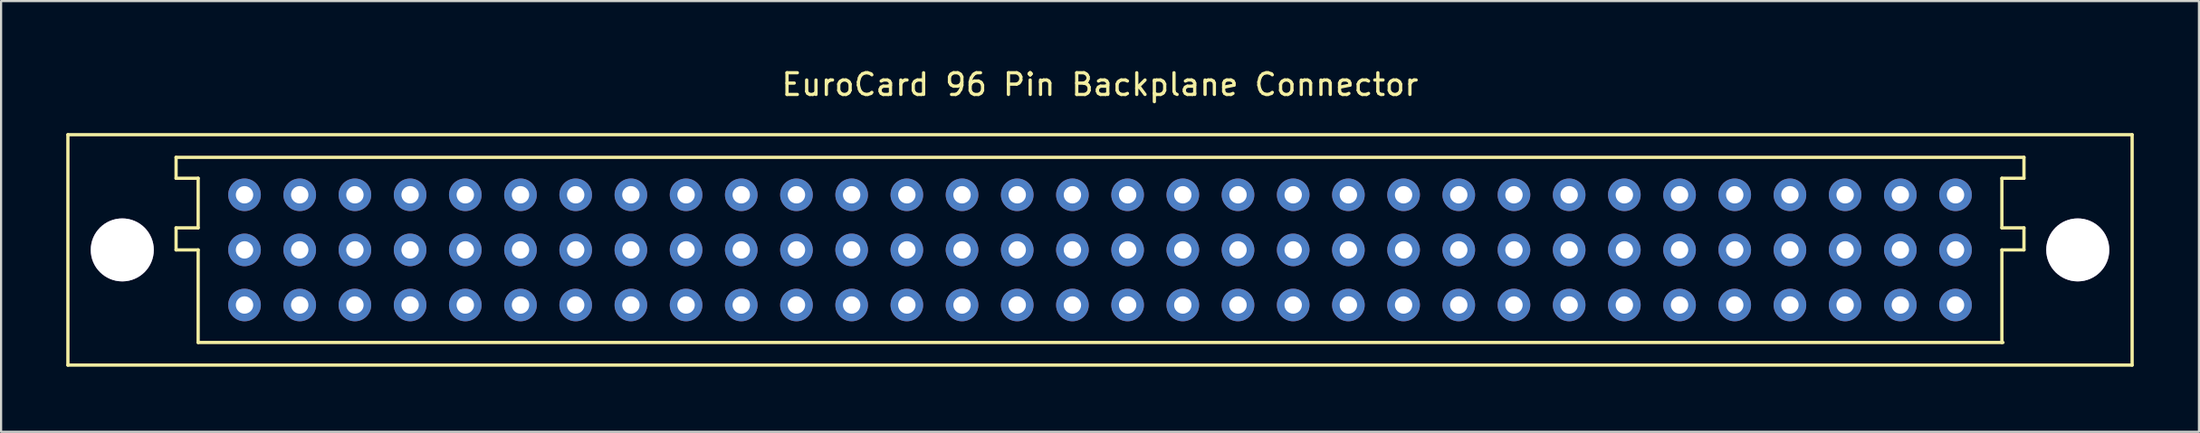
<source format=kicad_pcb>
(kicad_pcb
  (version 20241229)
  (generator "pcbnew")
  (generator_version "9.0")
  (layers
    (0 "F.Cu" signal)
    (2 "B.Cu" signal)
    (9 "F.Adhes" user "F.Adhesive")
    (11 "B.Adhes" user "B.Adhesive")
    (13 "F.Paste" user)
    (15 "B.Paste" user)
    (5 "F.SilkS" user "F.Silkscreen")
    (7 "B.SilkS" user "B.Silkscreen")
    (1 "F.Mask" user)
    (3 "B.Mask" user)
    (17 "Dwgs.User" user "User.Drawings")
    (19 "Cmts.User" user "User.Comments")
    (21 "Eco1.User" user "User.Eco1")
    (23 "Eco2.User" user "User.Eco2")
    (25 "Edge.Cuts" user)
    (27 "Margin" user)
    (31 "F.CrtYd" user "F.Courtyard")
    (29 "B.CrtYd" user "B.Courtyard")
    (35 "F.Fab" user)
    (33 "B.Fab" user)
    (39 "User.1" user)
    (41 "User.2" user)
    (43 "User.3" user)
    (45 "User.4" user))
  (footprint "EuroCard 96 Pin Backplane Connector"
    (layer "F.Cu")
    (at 47.573 8.468)
    (property "Reference" "EuroCard 96 Pin Backplane Connector" (at 0 -7.62 0) (layer "F.SilkS") (effects (font (size 1 1) (thickness 0.15))))
    (attr through_hole)
    (fp_line (start -47.498 -5.309) (end -47.498 5.309) (stroke (width 0.15) (type solid)) (layer "F.SilkS"))
    (fp_line (start -47.498 5.309) (end 47.498 5.309) (stroke (width 0.15) (type solid)) (layer "F.SilkS"))
    (fp_line (start -42.52 -3.302) (end -42.52 -4.267) (stroke (width 0.15) (type solid)) (layer "F.SilkS"))
    (fp_line (start -42.52 -1.016) (end -41.504 -1.016) (stroke (width 0.15) (type solid)) (layer "F.SilkS"))
    (fp_line (start -42.52 0) (end -42.52 -1.016) (stroke (width 0.15) (type solid)) (layer "F.SilkS"))
    (fp_line (start -41.504 -3.302) (end -42.52 -3.302) (stroke (width 0.15) (type solid)) (layer "F.SilkS"))
    (fp_line (start -41.504 -1.016) (end -41.504 -3.302) (stroke (width 0.15) (type solid)) (layer "F.SilkS"))
    (fp_line (start -41.504 0) (end -42.52 0) (stroke (width 0.15) (type solid)) (layer "F.SilkS"))
    (fp_line (start -41.504 4.267) (end -41.504 0) (stroke (width 0.15) (type solid)) (layer "F.SilkS"))
    (fp_line (start -41.504 4.267) (end 41.554 4.267) (stroke (width 0.15) (type solid)) (layer "F.SilkS"))
    (fp_line (start 41.504 -3.302) (end 42.52 -3.302) (stroke (width 0.15) (type solid)) (layer "F.SilkS"))
    (fp_line (start 41.504 -1.016) (end 41.504 -3.302) (stroke (width 0.15) (type solid)) (layer "F.SilkS"))
    (fp_line (start 41.504 0) (end 42.52 0) (stroke (width 0.15) (type solid)) (layer "F.SilkS"))
    (fp_line (start 41.504 4.267) (end 41.504 0) (stroke (width 0.15) (type solid)) (layer "F.SilkS"))
    (fp_line (start 42.52 -4.267) (end -42.52 -4.267) (stroke (width 0.15) (type solid)) (layer "F.SilkS"))
    (fp_line (start 42.52 -3.302) (end 42.52 -4.267) (stroke (width 0.15) (type solid)) (layer "F.SilkS"))
    (fp_line (start 42.52 -1.016) (end 41.504 -1.016) (stroke (width 0.15) (type solid)) (layer "F.SilkS"))
    (fp_line (start 42.52 0) (end 42.52 -1.016) (stroke (width 0.15) (type solid)) (layer "F.SilkS"))
    (fp_line (start 47.498 -5.309) (end -47.498 -5.309) (stroke (width 0.15) (type solid)) (layer "F.SilkS"))
    (fp_line (start 47.498 5.309) (end 47.498 -5.309) (stroke (width 0.15) (type solid)) (layer "F.SilkS"))
    (pad "1" thru_hole circle (at -44.996 0) (size 2.901 2.901) (drill 2.901) (layers "*.Cu" "*.Mask"))
    (pad "1" thru_hole circle (at 44.996 0) (size 2.901 2.901) (drill 2.901) (layers "*.Cu" "*.Mask"))
    (pad "1a" thru_hole circle (at 39.37 -2.54 180) (size 1.501 1.501) (drill 0.8) (layers "*.Cu" "*.Mask"))
    (pad "1b" thru_hole circle (at 39.37 0 180) (size 1.501 1.501) (drill 0.8) (layers "*.Cu" "*.Mask"))
    (pad "1c" thru_hole circle (at 39.37 2.54 180) (size 1.501 1.501) (drill 0.8) (layers "*.Cu" "*.Mask"))
    (pad "2a" thru_hole circle (at 36.83 -2.54 180) (size 1.501 1.501) (drill 0.8) (layers "*.Cu" "*.Mask"))
    (pad "2b" thru_hole circle (at 36.83 0 180) (size 1.501 1.501) (drill 0.8) (layers "*.Cu" "*.Mask"))
    (pad "2c" thru_hole circle (at 36.83 2.54 180) (size 1.501 1.501) (drill 0.8) (layers "*.Cu" "*.Mask"))
    (pad "3a" thru_hole circle (at 34.29 -2.54 180) (size 1.501 1.501) (drill 0.8) (layers "*.Cu" "*.Mask"))
    (pad "3b" thru_hole circle (at 34.29 0 180) (size 1.501 1.501) (drill 0.8) (layers "*.Cu" "*.Mask"))
    (pad "3c" thru_hole circle (at 34.29 2.54 180) (size 1.501 1.501) (drill 0.8) (layers "*.Cu" "*.Mask"))
    (pad "4a" thru_hole circle (at 31.75 -2.54 180) (size 1.501 1.501) (drill 0.8) (layers "*.Cu" "*.Mask"))
    (pad "4b" thru_hole circle (at 31.75 0 180) (size 1.501 1.501) (drill 0.8) (layers "*.Cu" "*.Mask"))
    (pad "4c" thru_hole circle (at 31.75 2.54 180) (size 1.501 1.501) (drill 0.8) (layers "*.Cu" "*.Mask"))
    (pad "5a" thru_hole circle (at 29.21 -2.54 180) (size 1.501 1.501) (drill 0.8) (layers "*.Cu" "*.Mask"))
    (pad "5b" thru_hole circle (at 29.21 0 180) (size 1.501 1.501) (drill 0.8) (layers "*.Cu" "*.Mask"))
    (pad "5c" thru_hole circle (at 29.21 2.54 180) (size 1.501 1.501) (drill 0.8) (layers "*.Cu" "*.Mask"))
    (pad "6a" thru_hole circle (at 26.67 -2.54 180) (size 1.501 1.501) (drill 0.8) (layers "*.Cu" "*.Mask"))
    (pad "6b" thru_hole circle (at 26.67 0 180) (size 1.501 1.501) (drill 0.8) (layers "*.Cu" "*.Mask"))
    (pad "6c" thru_hole circle (at 26.67 2.54 180) (size 1.501 1.501) (drill 0.8) (layers "*.Cu" "*.Mask"))
    (pad "7a" thru_hole circle (at 24.13 -2.54 180) (size 1.501 1.501) (drill 0.8) (layers "*.Cu" "*.Mask"))
    (pad "7b" thru_hole circle (at 24.13 0 180) (size 1.501 1.501) (drill 0.8) (layers "*.Cu" "*.Mask"))
    (pad "7c" thru_hole circle (at 24.13 2.54 180) (size 1.501 1.501) (drill 0.8) (layers "*.Cu" "*.Mask"))
    (pad "8a" thru_hole circle (at 21.59 -2.54 180) (size 1.501 1.501) (drill 0.8) (layers "*.Cu" "*.Mask"))
    (pad "8b" thru_hole circle (at 21.59 0 180) (size 1.501 1.501) (drill 0.8) (layers "*.Cu" "*.Mask"))
    (pad "8c" thru_hole circle (at 21.59 2.54 180) (size 1.501 1.501) (drill 0.8) (layers "*.Cu" "*.Mask"))
    (pad "9a" thru_hole circle (at 19.05 -2.54 180) (size 1.501 1.501) (drill 0.8) (layers "*.Cu" "*.Mask"))
    (pad "9b" thru_hole circle (at 19.05 0 180) (size 1.501 1.501) (drill 0.8) (layers "*.Cu" "*.Mask"))
    (pad "9c" thru_hole circle (at 19.05 2.54 180) (size 1.501 1.501) (drill 0.8) (layers "*.Cu" "*.Mask"))
    (pad "10a" thru_hole circle (at 16.51 -2.54 180) (size 1.501 1.501) (drill 0.8) (layers "*.Cu" "*.Mask"))
    (pad "10b" thru_hole circle (at 16.51 0 180) (size 1.501 1.501) (drill 0.8) (layers "*.Cu" "*.Mask"))
    (pad "10c" thru_hole circle (at 16.51 2.54 180) (size 1.501 1.501) (drill 0.8) (layers "*.Cu" "*.Mask"))
    (pad "11a" thru_hole circle (at 13.97 -2.54 180) (size 1.501 1.501) (drill 0.8) (layers "*.Cu" "*.Mask"))
    (pad "11b" thru_hole circle (at 13.97 0 180) (size 1.501 1.501) (drill 0.8) (layers "*.Cu" "*.Mask"))
    (pad "11c" thru_hole circle (at 13.97 2.54 180) (size 1.501 1.501) (drill 0.8) (layers "*.Cu" "*.Mask"))
    (pad "12a" thru_hole circle (at 11.43 -2.54 180) (size 1.501 1.501) (drill 0.8) (layers "*.Cu" "*.Mask"))
    (pad "12b" thru_hole circle (at 11.43 0 180) (size 1.501 1.501) (drill 0.8) (layers "*.Cu" "*.Mask"))
    (pad "12c" thru_hole circle (at 11.43 2.54 180) (size 1.501 1.501) (drill 0.8) (layers "*.Cu" "*.Mask"))
    (pad "13a" thru_hole circle (at 8.89 -2.54 180) (size 1.501 1.501) (drill 0.8) (layers "*.Cu" "*.Mask"))
    (pad "13b" thru_hole circle (at 8.89 0 180) (size 1.501 1.501) (drill 0.8) (layers "*.Cu" "*.Mask"))
    (pad "13c" thru_hole circle (at 8.89 2.54 180) (size 1.501 1.501) (drill 0.8) (layers "*.Cu" "*.Mask"))
    (pad "14a" thru_hole circle (at 6.35 -2.54 180) (size 1.501 1.501) (drill 0.8) (layers "*.Cu" "*.Mask"))
    (pad "14b" thru_hole circle (at 6.35 0 180) (size 1.501 1.501) (drill 0.8) (layers "*.Cu" "*.Mask"))
    (pad "14c" thru_hole circle (at 6.35 2.54 180) (size 1.501 1.501) (drill 0.8) (layers "*.Cu" "*.Mask"))
    (pad "15a" thru_hole circle (at 3.81 -2.54 180) (size 1.501 1.501) (drill 0.8) (layers "*.Cu" "*.Mask"))
    (pad "15b" thru_hole circle (at 3.81 0 180) (size 1.501 1.501) (drill 0.8) (layers "*.Cu" "*.Mask"))
    (pad "15c" thru_hole circle (at 3.81 2.54 180) (size 1.501 1.501) (drill 0.8) (layers "*.Cu" "*.Mask"))
    (pad "16a" thru_hole circle (at 1.27 -2.54 180) (size 1.501 1.501) (drill 0.8) (layers "*.Cu" "*.Mask"))
    (pad "16b" thru_hole circle (at 1.27 0 180) (size 1.501 1.501) (drill 0.8) (layers "*.Cu" "*.Mask"))
    (pad "16c" thru_hole circle (at 1.27 2.54 180) (size 1.501 1.501) (drill 0.8) (layers "*.Cu" "*.Mask"))
    (pad "17a" thru_hole circle (at -1.27 -2.54 180) (size 1.501 1.501) (drill 0.8) (layers "*.Cu" "*.Mask"))
    (pad "17b" thru_hole circle (at -1.27 0 180) (size 1.501 1.501) (drill 0.8) (layers "*.Cu" "*.Mask"))
    (pad "17c" thru_hole circle (at -1.27 2.54 180) (size 1.501 1.501) (drill 0.8) (layers "*.Cu" "*.Mask"))
    (pad "18a" thru_hole circle (at -3.81 -2.54 180) (size 1.501 1.501) (drill 0.8) (layers "*.Cu" "*.Mask"))
    (pad "18b" thru_hole circle (at -3.81 0 180) (size 1.501 1.501) (drill 0.8) (layers "*.Cu" "*.Mask"))
    (pad "18c" thru_hole circle (at -3.81 2.54 180) (size 1.501 1.501) (drill 0.8) (layers "*.Cu" "*.Mask"))
    (pad "19a" thru_hole circle (at -6.35 -2.54 180) (size 1.501 1.501) (drill 0.8) (layers "*.Cu" "*.Mask"))
    (pad "19b" thru_hole circle (at -6.35 0 180) (size 1.501 1.501) (drill 0.8) (layers "*.Cu" "*.Mask"))
    (pad "19c" thru_hole circle (at -6.35 2.54 180) (size 1.501 1.501) (drill 0.8) (layers "*.Cu" "*.Mask"))
    (pad "20a" thru_hole circle (at -8.89 -2.54 180) (size 1.501 1.501) (drill 0.8) (layers "*.Cu" "*.Mask"))
    (pad "20b" thru_hole circle (at -8.89 0 180) (size 1.501 1.501) (drill 0.8) (layers "*.Cu" "*.Mask"))
    (pad "20c" thru_hole circle (at -8.89 2.54 180) (size 1.501 1.501) (drill 0.8) (layers "*.Cu" "*.Mask"))
    (pad "21a" thru_hole circle (at -11.43 -2.54 180) (size 1.501 1.501) (drill 0.8) (layers "*.Cu" "*.Mask"))
    (pad "21b" thru_hole circle (at -11.43 0 180) (size 1.501 1.501) (drill 0.8) (layers "*.Cu" "*.Mask"))
    (pad "21c" thru_hole circle (at -11.43 2.54 180) (size 1.501 1.501) (drill 0.8) (layers "*.Cu" "*.Mask"))
    (pad "22a" thru_hole circle (at -13.97 -2.54 180) (size 1.501 1.501) (drill 0.8) (layers "*.Cu" "*.Mask"))
    (pad "22b" thru_hole circle (at -13.97 0 180) (size 1.501 1.501) (drill 0.8) (layers "*.Cu" "*.Mask"))
    (pad "22c" thru_hole circle (at -13.97 2.54 180) (size 1.501 1.501) (drill 0.8) (layers "*.Cu" "*.Mask"))
    (pad "23a" thru_hole circle (at -16.51 -2.54 180) (size 1.501 1.501) (drill 0.8) (layers "*.Cu" "*.Mask"))
    (pad "23b" thru_hole circle (at -16.51 0 180) (size 1.501 1.501) (drill 0.8) (layers "*.Cu" "*.Mask"))
    (pad "23c" thru_hole circle (at -16.51 2.54 180) (size 1.501 1.501) (drill 0.8) (layers "*.Cu" "*.Mask"))
    (pad "24a" thru_hole circle (at -19.05 -2.54 180) (size 1.501 1.501) (drill 0.8) (layers "*.Cu" "*.Mask"))
    (pad "24b" thru_hole circle (at -19.05 0 180) (size 1.501 1.501) (drill 0.8) (layers "*.Cu" "*.Mask"))
    (pad "24c" thru_hole circle (at -19.05 2.54 180) (size 1.501 1.501) (drill 0.8) (layers "*.Cu" "*.Mask"))
    (pad "25a" thru_hole circle (at -21.59 -2.54 180) (size 1.501 1.501) (drill 0.8) (layers "*.Cu" "*.Mask"))
    (pad "25b" thru_hole circle (at -21.59 0 180) (size 1.501 1.501) (drill 0.8) (layers "*.Cu" "*.Mask"))
    (pad "25c" thru_hole circle (at -21.59 2.54 180) (size 1.501 1.501) (drill 0.8) (layers "*.Cu" "*.Mask"))
    (pad "26a" thru_hole circle (at -24.13 -2.54 180) (size 1.501 1.501) (drill 0.8) (layers "*.Cu" "*.Mask"))
    (pad "26b" thru_hole circle (at -24.13 0 180) (size 1.501 1.501) (drill 0.8) (layers "*.Cu" "*.Mask"))
    (pad "26c" thru_hole circle (at -24.13 2.54 180) (size 1.501 1.501) (drill 0.8) (layers "*.Cu" "*.Mask"))
    (pad "27a" thru_hole circle (at -26.67 -2.54 180) (size 1.501 1.501) (drill 0.8) (layers "*.Cu" "*.Mask"))
    (pad "27b" thru_hole circle (at -26.67 0 180) (size 1.501 1.501) (drill 0.8) (layers "*.Cu" "*.Mask"))
    (pad "27c" thru_hole circle (at -26.67 2.54 180) (size 1.501 1.501) (drill 0.8) (layers "*.Cu" "*.Mask"))
    (pad "28a" thru_hole circle (at -29.21 -2.54 180) (size 1.501 1.501) (drill 0.8) (layers "*.Cu" "*.Mask"))
    (pad "28b" thru_hole circle (at -29.21 0 180) (size 1.501 1.501) (drill 0.8) (layers "*.Cu" "*.Mask"))
    (pad "28c" thru_hole circle (at -29.21 2.54 180) (size 1.501 1.501) (drill 0.8) (layers "*.Cu" "*.Mask"))
    (pad "29a" thru_hole circle (at -31.75 -2.54 180) (size 1.501 1.501) (drill 0.8) (layers "*.Cu" "*.Mask"))
    (pad "29b" thru_hole circle (at -31.75 0 180) (size 1.501 1.501) (drill 0.8) (layers "*.Cu" "*.Mask"))
    (pad "29c" thru_hole circle (at -31.75 2.54 180) (size 1.501 1.501) (drill 0.8) (layers "*.Cu" "*.Mask"))
    (pad "30a" thru_hole circle (at -34.29 -2.54 180) (size 1.501 1.501) (drill 0.8) (layers "*.Cu" "*.Mask"))
    (pad "30b" thru_hole circle (at -34.29 0 180) (size 1.501 1.501) (drill 0.8) (layers "*.Cu" "*.Mask"))
    (pad "30c" thru_hole circle (at -34.29 2.54 180) (size 1.501 1.501) (drill 0.8) (layers "*.Cu" "*.Mask"))
    (pad "31a" thru_hole circle (at -36.83 -2.54 180) (size 1.501 1.501) (drill 0.8) (layers "*.Cu" "*.Mask"))
    (pad "31b" thru_hole circle (at -36.83 0 180) (size 1.501 1.501) (drill 0.8) (layers "*.Cu" "*.Mask"))
    (pad "31c" thru_hole circle (at -36.83 2.54 180) (size 1.501 1.501) (drill 0.8) (layers "*.Cu" "*.Mask"))
    (pad "32a" thru_hole circle (at -39.37 -2.54 180) (size 1.501 1.501) (drill 0.8) (layers "*.Cu" "*.Mask"))
    (pad "32b" thru_hole circle (at -39.37 0 180) (size 1.501 1.501) (drill 0.8) (layers "*.Cu" "*.Mask"))
    (pad "32c" thru_hole circle (at -39.37 2.54 180) (size 1.501 1.501) (drill 0.8) (layers "*.Cu" "*.Mask")))
  (gr_rect
    (start -3 -3)
    (end 98.146 16.852)
    (stroke (width 0.1) (type default))
    (fill no)
    (layer "Edge.Cuts")))
</source>
